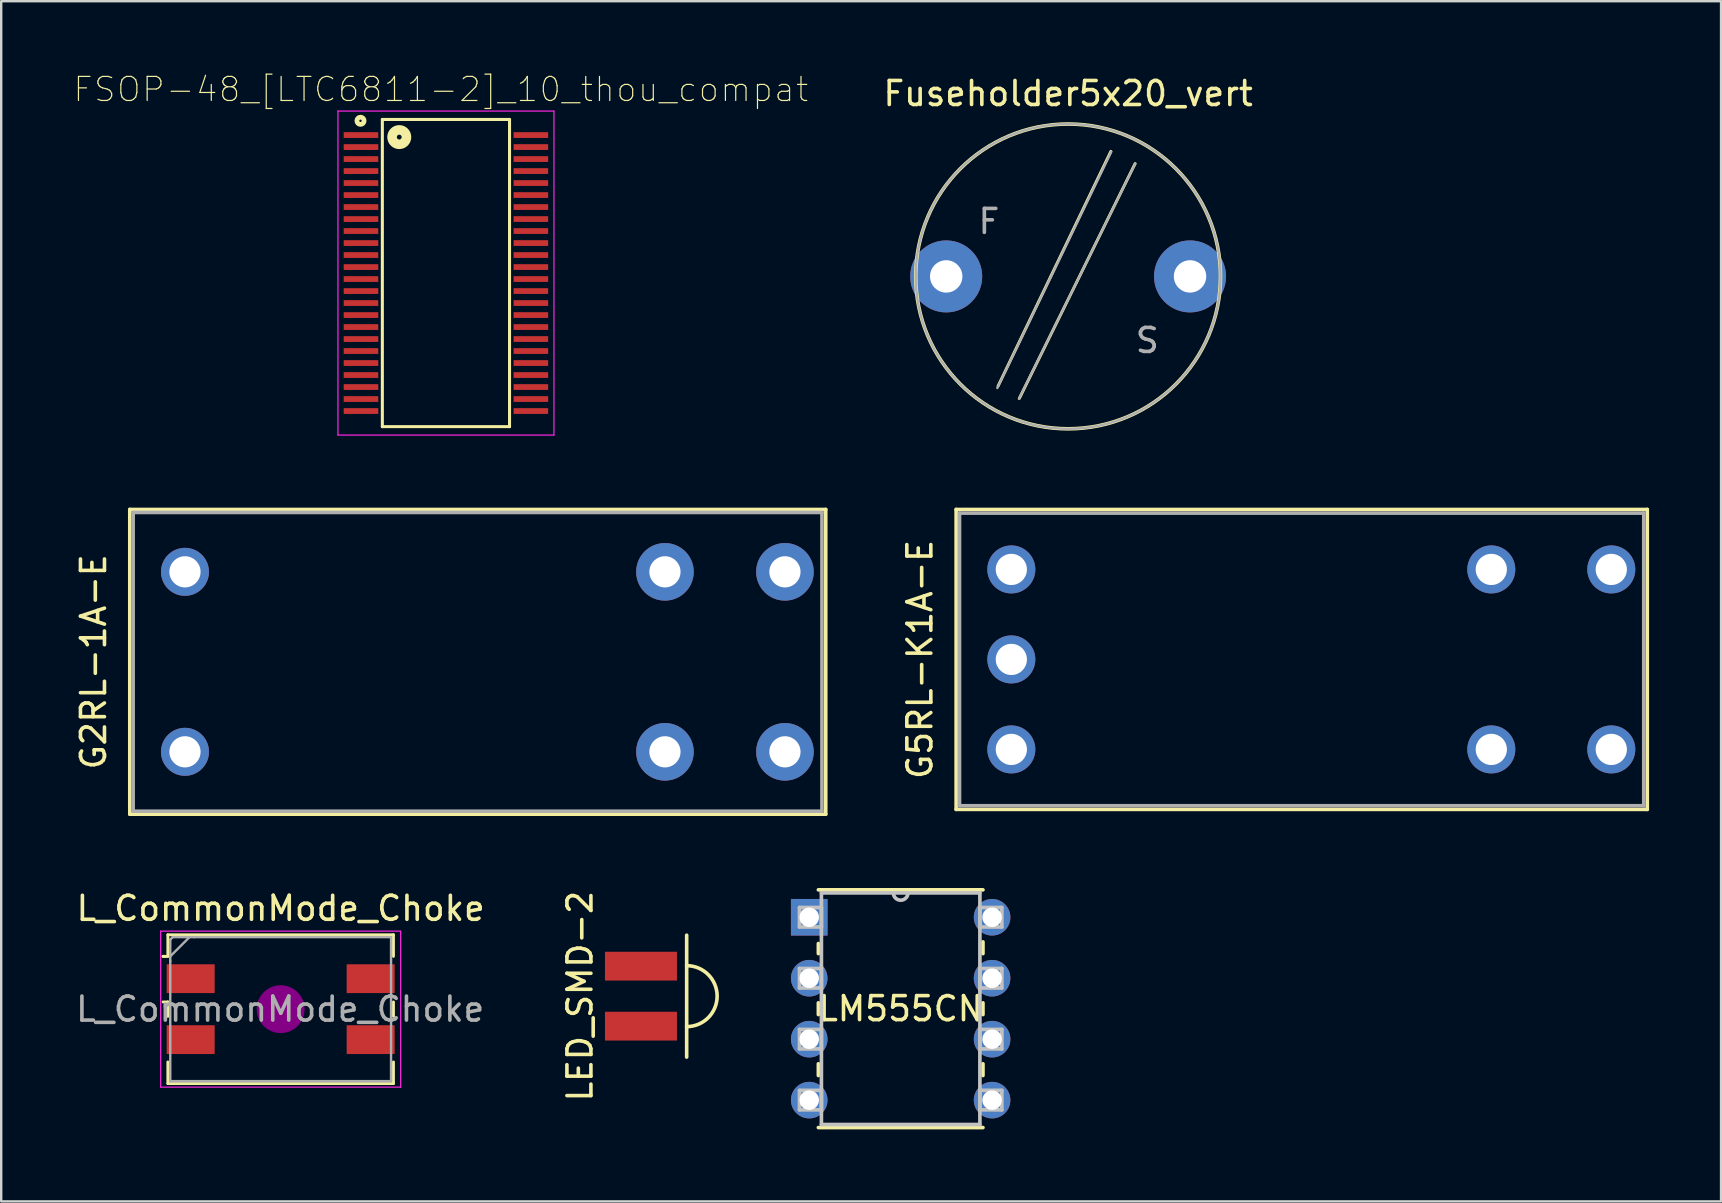
<source format=kicad_pcb>
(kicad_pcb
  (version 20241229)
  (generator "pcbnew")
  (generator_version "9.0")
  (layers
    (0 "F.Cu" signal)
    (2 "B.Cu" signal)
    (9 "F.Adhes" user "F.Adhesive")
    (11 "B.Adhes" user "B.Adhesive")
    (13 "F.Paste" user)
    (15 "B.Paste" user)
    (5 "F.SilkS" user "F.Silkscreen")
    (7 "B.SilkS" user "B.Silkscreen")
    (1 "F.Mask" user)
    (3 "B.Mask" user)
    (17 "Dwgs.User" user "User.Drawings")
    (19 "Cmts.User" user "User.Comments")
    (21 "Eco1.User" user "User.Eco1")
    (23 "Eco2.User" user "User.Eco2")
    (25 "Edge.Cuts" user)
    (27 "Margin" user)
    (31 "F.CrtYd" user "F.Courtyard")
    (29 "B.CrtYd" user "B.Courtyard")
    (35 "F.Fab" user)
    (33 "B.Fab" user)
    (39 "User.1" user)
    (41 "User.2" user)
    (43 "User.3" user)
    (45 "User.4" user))
  (footprint "L_CommonMode_Choke"
    (layer "F.Cu")
    (at 8.645 39.001)
    (property "Reference" "L_CommonMode_Choke" (at 0 -4.2 0) (layer "F.SilkS") (effects (font (size 1 1) (thickness 0.15))))
    (attr smd)
    (fp_line (start -4.9 -2.2) (end -4.8 -2.2) (stroke (width 0.12) (type solid)) (layer "F.SilkS"))
    (fp_line (start -4.9 -0.3) (end -4.7 -0.3) (stroke (width 0.12) (type solid)) (layer "F.SilkS"))
    (fp_line (start -4.7 -3.1) (end -4.7 -2.2) (stroke (width 0.12) (type solid)) (layer "F.SilkS"))
    (fp_line (start -4.7 -3.1) (end 4.7 -3.1) (stroke (width 0.12) (type solid)) (layer "F.SilkS"))
    (fp_line (start -4.7 -2.2) (end -4.9 -2.2) (stroke (width 0.12) (type solid)) (layer "F.SilkS"))
    (fp_line (start -4.7 -0.3) (end -4.7 0.3) (stroke (width 0.12) (type solid)) (layer "F.SilkS"))
    (fp_line (start -4.7 3.1) (end -4.7 2.2) (stroke (width 0.12) (type solid)) (layer "F.SilkS"))
    (fp_line (start 4.7 -3.1) (end 4.7 -2.2) (stroke (width 0.12) (type solid)) (layer "F.SilkS"))
    (fp_line (start 4.7 -0.3) (end 4.7 0.3) (stroke (width 0.12) (type solid)) (layer "F.SilkS"))
    (fp_line (start 4.7 3.1) (end -4.7 3.1) (stroke (width 0.12) (type solid)) (layer "F.SilkS"))
    (fp_line (start 4.7 3.1) (end 4.7 2.2) (stroke (width 0.12) (type solid)) (layer "F.SilkS"))
    (fp_circle (center 0 0) (end 0.5 0) (stroke (width 1) (type solid)) (fill no) (layer "F.Adhes"))
    (fp_line (start -5 -3.25) (end 5 -3.25) (stroke (width 0.05) (type solid)) (layer "F.CrtYd"))
    (fp_line (start -5 3.25) (end -5 -3.25) (stroke (width 0.05) (type solid)) (layer "F.CrtYd"))
    (fp_line (start 5 -3.25) (end 5 3.25) (stroke (width 0.05) (type solid)) (layer "F.CrtYd"))
    (fp_line (start 5 3.25) (end -5 3.25) (stroke (width 0.05) (type solid)) (layer "F.CrtYd"))
    (fp_line (start -4.6 -2.9) (end -4.5 -3) (stroke (width 0.1) (type solid)) (layer "F.Fab"))
    (fp_line (start -4.6 -2.2) (end -3.8 -3) (stroke (width 0.1) (type solid)) (layer "F.Fab"))
    (fp_line (start -4.6 -2) (end -4.6 -2.9) (stroke (width 0.1) (type solid)) (layer "F.Fab"))
    (fp_line (start -4.6 -2) (end -4.6 3) (stroke (width 0.1) (type solid)) (layer "F.Fab"))
    (fp_line (start -4.5 -3) (end -3.6 -3) (stroke (width 0.1) (type solid)) (layer "F.Fab"))
    (fp_line (start -3.6 -3) (end 4.6 -3) (stroke (width 0.1) (type solid)) (layer "F.Fab"))
    (fp_line (start 4.6 -3) (end 4.6 3) (stroke (width 0.1) (type solid)) (layer "F.Fab"))
    (fp_line (start 4.6 3) (end -4.6 3) (stroke (width 0.1) (type solid)) (layer "F.Fab"))
    (fp_text user "${REFERENCE}" (at -0.02 0 0) (layer "F.Fab") (effects (font (size 1 1) (thickness 0.15))))
    (pad "1" smd rect (at -3.75 -1.27) (size 2 1.2) (layers "F.Cu" "F.Mask" "F.Paste"))
    (pad "2" smd rect (at 3.75 -1.27) (size 2 1.2) (layers "F.Cu" "F.Mask" "F.Paste"))
    (pad "3" smd rect (at 3.75 1.27) (size 2 1.2) (layers "F.Cu" "F.Mask" "F.Paste"))
    (pad "4" smd rect (at -3.75 1.27) (size 2 1.2) (layers "F.Cu" "F.Mask" "F.Paste")))
  (footprint "Fuseholder5x20_vert"
    (layer "F.Cu")
    (at 36.378 8.468)
    (property "Reference" "Fuseholder5x20_vert" (at 5.08 -7.62 0) (layer "F.SilkS") (effects (font (size 1 1) (thickness 0.15))))
    (attr through_hole)
    (fp_line (start 6.86 -5.21) (end 2.16 4.57) (stroke (width 0.12) (type solid)) (layer "F.SilkS"))
    (fp_line (start 7.87 -4.7) (end 3.05 5.08) (stroke (width 0.12) (type solid)) (layer "F.SilkS"))
    (fp_circle (center 5.08 0) (end 11.43 0) (stroke (width 0.15) (type solid)) (fill no) (layer "F.SilkS"))
    (fp_line (start 3.03 5.1) (end 7.88 -4.7) (stroke (width 0.1) (type solid)) (layer "F.Fab"))
    (fp_line (start 6.88 -5.2) (end 2.13 4.65) (stroke (width 0.1) (type solid)) (layer "F.Fab"))
    (fp_circle (center 5.08 0) (end 11.43 0) (stroke (width 0.1) (type solid)) (fill no) (layer "F.Fab"))
    (fp_text user "F" (at 1.78 -2.29 0) (layer "F.Fab") (effects (font (size 1 1) (thickness 0.15))))
    (fp_text user "S" (at 8.38 2.67 0) (layer "F.Fab") (effects (font (size 1 1) (thickness 0.15))))
    (pad "1" thru_hole circle (at 0 0) (size 3 3) (drill 1.35) (layers "*.Cu" "*.Mask"))
    (pad "2" thru_hole circle (at 10.16 0) (size 3 3) (drill 1.35) (layers "*.Cu" "*.Mask")))
  (footprint "LM555CN"
    (layer "F.Cu")
    (at 38.29 42.792)
    (property "Reference" "LM555CN" (at -3.81 -3.81 0) (layer "F.SilkS") (effects (font (size 1 1) (thickness 0.15))))
    (attr through_hole)
    (fp_line (start -7.239 -6.525) (end -7.239 -6.106) (stroke (width 0.152) (type solid)) (layer "F.SilkS"))
    (fp_line (start -7.239 -4.054) (end -7.239 -3.566) (stroke (width 0.152) (type solid)) (layer "F.SilkS"))
    (fp_line (start -7.239 -1.514) (end -7.239 -1.026) (stroke (width 0.152) (type solid)) (layer "F.SilkS"))
    (fp_line (start -7.239 1.143) (end -0.381 1.143) (stroke (width 0.152) (type solid)) (layer "F.SilkS"))
    (fp_line (start -0.381 -8.763) (end -7.239 -8.763) (stroke (width 0.152) (type solid)) (layer "F.SilkS"))
    (fp_line (start -0.381 -6.106) (end -0.381 -6.594) (stroke (width 0.152) (type solid)) (layer "F.SilkS"))
    (fp_line (start -0.381 -3.566) (end -0.381 -4.054) (stroke (width 0.152) (type solid)) (layer "F.SilkS"))
    (fp_line (start -0.381 -1.026) (end -0.381 -1.514) (stroke (width 0.152) (type solid)) (layer "F.SilkS"))
    (fp_line (start -8.026 -8.026) (end -8.026 -7.214) (stroke (width 0.152) (type solid)) (layer "Dwgs.User"))
    (fp_line (start -8.026 -7.214) (end -7.112 -7.214) (stroke (width 0.152) (type solid)) (layer "Dwgs.User"))
    (fp_line (start -8.026 -5.486) (end -8.026 -4.674) (stroke (width 0.152) (type solid)) (layer "Dwgs.User"))
    (fp_line (start -8.026 -4.674) (end -7.112 -4.674) (stroke (width 0.152) (type solid)) (layer "Dwgs.User"))
    (fp_line (start -8.026 -2.946) (end -8.026 -2.134) (stroke (width 0.152) (type solid)) (layer "Dwgs.User"))
    (fp_line (start -8.026 -2.134) (end -7.112 -2.134) (stroke (width 0.152) (type solid)) (layer "Dwgs.User"))
    (fp_line (start -8.026 -0.406) (end -8.026 0.406) (stroke (width 0.152) (type solid)) (layer "Dwgs.User"))
    (fp_line (start -8.026 0.406) (end -7.112 0.406) (stroke (width 0.152) (type solid)) (layer "Dwgs.User"))
    (fp_line (start -7.112 -8.636) (end -7.112 1.016) (stroke (width 0.152) (type solid)) (layer "Dwgs.User"))
    (fp_line (start -7.112 -8.026) (end -8.026 -8.026) (stroke (width 0.152) (type solid)) (layer "Dwgs.User"))
    (fp_line (start -7.112 -7.214) (end -7.112 -8.026) (stroke (width 0.152) (type solid)) (layer "Dwgs.User"))
    (fp_line (start -7.112 -5.486) (end -8.026 -5.486) (stroke (width 0.152) (type solid)) (layer "Dwgs.User"))
    (fp_line (start -7.112 -4.674) (end -7.112 -5.486) (stroke (width 0.152) (type solid)) (layer "Dwgs.User"))
    (fp_line (start -7.112 -2.946) (end -8.026 -2.946) (stroke (width 0.152) (type solid)) (layer "Dwgs.User"))
    (fp_line (start -7.112 -2.134) (end -7.112 -2.946) (stroke (width 0.152) (type solid)) (layer "Dwgs.User"))
    (fp_line (start -7.112 -0.406) (end -8.026 -0.406) (stroke (width 0.152) (type solid)) (layer "Dwgs.User"))
    (fp_line (start -7.112 0.406) (end -7.112 -0.406) (stroke (width 0.152) (type solid)) (layer "Dwgs.User"))
    (fp_line (start -7.112 1.016) (end -0.508 1.016) (stroke (width 0.152) (type solid)) (layer "Dwgs.User"))
    (fp_line (start -0.508 -8.636) (end -7.112 -8.636) (stroke (width 0.152) (type solid)) (layer "Dwgs.User"))
    (fp_line (start -0.508 -8.026) (end -0.508 -7.214) (stroke (width 0.152) (type solid)) (layer "Dwgs.User"))
    (fp_line (start -0.508 -7.214) (end 0.406 -7.214) (stroke (width 0.152) (type solid)) (layer "Dwgs.User"))
    (fp_line (start -0.508 -5.486) (end -0.508 -4.674) (stroke (width 0.152) (type solid)) (layer "Dwgs.User"))
    (fp_line (start -0.508 -4.674) (end 0.406 -4.674) (stroke (width 0.152) (type solid)) (layer "Dwgs.User"))
    (fp_line (start -0.508 -2.946) (end -0.508 -2.134) (stroke (width 0.152) (type solid)) (layer "Dwgs.User"))
    (fp_line (start -0.508 -2.134) (end 0.406 -2.134) (stroke (width 0.152) (type solid)) (layer "Dwgs.User"))
    (fp_line (start -0.508 -0.406) (end -0.508 0.406) (stroke (width 0.152) (type solid)) (layer "Dwgs.User"))
    (fp_line (start -0.508 0.406) (end 0.406 0.406) (stroke (width 0.152) (type solid)) (layer "Dwgs.User"))
    (fp_line (start -0.508 1.016) (end -0.508 -8.636) (stroke (width 0.152) (type solid)) (layer "Dwgs.User"))
    (fp_line (start 0.406 -8.026) (end -0.508 -8.026) (stroke (width 0.152) (type solid)) (layer "Dwgs.User"))
    (fp_line (start 0.406 -7.214) (end 0.406 -8.026) (stroke (width 0.152) (type solid)) (layer "Dwgs.User"))
    (fp_line (start 0.406 -5.486) (end -0.508 -5.486) (stroke (width 0.152) (type solid)) (layer "Dwgs.User"))
    (fp_line (start 0.406 -4.674) (end 0.406 -5.486) (stroke (width 0.152) (type solid)) (layer "Dwgs.User"))
    (fp_line (start 0.406 -2.946) (end -0.508 -2.946) (stroke (width 0.152) (type solid)) (layer "Dwgs.User"))
    (fp_line (start 0.406 -2.134) (end 0.406 -2.946) (stroke (width 0.152) (type solid)) (layer "Dwgs.User"))
    (fp_line (start 0.406 -0.406) (end -0.508 -0.406) (stroke (width 0.152) (type solid)) (layer "Dwgs.User"))
    (fp_line (start 0.406 0.406) (end 0.406 -0.406) (stroke (width 0.152) (type solid)) (layer "Dwgs.User"))
    (fp_arc (start -3.5052 -8.636) (mid -3.81 -8.3312) (end -4.1148 -8.636) (stroke (width 0.1524) (type solid)) (layer "Dwgs.User"))
    (fp_text user "Copyright 2016 Accelerated Designs. All rights reserved." (at 0 0 0) (layer "Cmts.User") (effects (font (size 0.127 0.127) (thickness 0.002))))
    (pad "1" thru_hole rect (at -7.62 -7.62) (size 1.524 1.524) (drill 0.813) (layers "*.Cu" "*.Mask"))
    (pad "2" thru_hole circle (at -7.62 -5.08) (size 1.524 1.524) (drill 0.813) (layers "*.Cu" "*.Mask"))
    (pad "3" thru_hole circle (at -7.62 -2.54) (size 1.524 1.524) (drill 0.813) (layers "*.Cu" "*.Mask"))
    (pad "4" thru_hole circle (at -7.62 0) (size 1.524 1.524) (drill 0.813) (layers "*.Cu" "*.Mask"))
    (pad "5" thru_hole circle (at 0 0) (size 1.524 1.524) (drill 0.813) (layers "*.Cu" "*.Mask"))
    (pad "6" thru_hole circle (at 0 -2.54) (size 1.524 1.524) (drill 0.813) (layers "*.Cu" "*.Mask"))
    (pad "7" thru_hole circle (at 0 -5.08) (size 1.524 1.524) (drill 0.813) (layers "*.Cu" "*.Mask"))
    (pad "8" thru_hole circle (at 0 -7.62) (size 1.524 1.524) (drill 0.813) (layers "*.Cu" "*.Mask")))
  (footprint "FSOP-48_[LTC6811-2]_10_thou_compat"
    (layer "F.Cu")
    (at 15.532 8.328)
    (property "Reference" "FSOP-48_[LTC6811-2]_10_thou_compat" (at -0.211 -7.653 0) (layer "F.SilkS") (effects (font (size 1.002 1.002) (thickness 0.05))))
    (attr smd)
    (fp_line (start -2.65 -6.4) (end 2.65 -6.4) (stroke (width 0.127) (type solid)) (layer "F.SilkS"))
    (fp_line (start -2.65 6.4) (end -2.65 -6.4) (stroke (width 0.127) (type solid)) (layer "F.SilkS"))
    (fp_line (start -2.65 6.4) (end 2.65 6.4) (stroke (width 0.127) (type solid)) (layer "F.SilkS"))
    (fp_line (start 2.65 -6.4) (end 2.65 6.4) (stroke (width 0.127) (type solid)) (layer "F.SilkS"))
    (fp_circle (center -3.56 -6.345) (end -3.51 -6.345) (stroke (width 0.2) (type solid)) (fill no) (layer "F.SilkS"))
    (fp_circle (center -1.945 -5.665) (end -1.845 -5.665) (stroke (width 0.4) (type solid)) (fill no) (layer "F.SilkS"))
    (fp_line (start -2.65 -6.4) (end 2.65 -6.4) (stroke (width 0.127) (type solid)) (layer "Eco2.User"))
    (fp_line (start 2.65 6.4) (end -2.65 6.4) (stroke (width 0.127) (type solid)) (layer "Eco2.User"))
    (fp_line (start -4.5 -6.75) (end 4.5 -6.75) (stroke (width 0.05) (type solid)) (layer "F.CrtYd"))
    (fp_line (start -4.5 6.75) (end -4.5 -6.75) (stroke (width 0.05) (type solid)) (layer "F.CrtYd"))
    (fp_line (start 4.5 -6.75) (end 4.5 6.75) (stroke (width 0.05) (type solid)) (layer "F.CrtYd"))
    (fp_line (start 4.5 6.75) (end -4.5 6.75) (stroke (width 0.05) (type solid)) (layer "F.CrtYd"))
    (pad "1" smd rect (at -3.54 -5.75) (size 1.44 0.24) (layers "F.Cu" "F.Mask" "F.Paste"))
    (pad "2" smd rect (at -3.54 -5.25) (size 1.44 0.24) (layers "F.Cu" "F.Mask" "F.Paste"))
    (pad "3" smd rect (at -3.54 -4.75) (size 1.44 0.24) (layers "F.Cu" "F.Mask" "F.Paste"))
    (pad "4" smd rect (at -3.54 -4.25) (size 1.44 0.24) (layers "F.Cu" "F.Mask" "F.Paste"))
    (pad "5" smd rect (at -3.54 -3.75) (size 1.44 0.24) (layers "F.Cu" "F.Mask" "F.Paste"))
    (pad "6" smd rect (at -3.54 -3.25) (size 1.44 0.24) (layers "F.Cu" "F.Mask" "F.Paste"))
    (pad "7" smd rect (at -3.54 -2.75) (size 1.44 0.24) (layers "F.Cu" "F.Mask" "F.Paste"))
    (pad "8" smd rect (at -3.54 -2.25) (size 1.44 0.24) (layers "F.Cu" "F.Mask" "F.Paste"))
    (pad "9" smd rect (at -3.54 -1.75) (size 1.44 0.24) (layers "F.Cu" "F.Mask" "F.Paste"))
    (pad "10" smd rect (at -3.54 -1.25) (size 1.44 0.24) (layers "F.Cu" "F.Mask" "F.Paste"))
    (pad "11" smd rect (at -3.54 -0.75) (size 1.44 0.24) (layers "F.Cu" "F.Mask" "F.Paste"))
    (pad "12" smd rect (at -3.54 -0.25) (size 1.44 0.24) (layers "F.Cu" "F.Mask" "F.Paste"))
    (pad "13" smd rect (at -3.54 0.25) (size 1.44 0.24) (layers "F.Cu" "F.Mask" "F.Paste"))
    (pad "14" smd rect (at -3.54 0.75) (size 1.44 0.24) (layers "F.Cu" "F.Mask" "F.Paste"))
    (pad "15" smd rect (at -3.54 1.25) (size 1.44 0.24) (layers "F.Cu" "F.Mask" "F.Paste"))
    (pad "16" smd rect (at -3.54 1.75) (size 1.44 0.24) (layers "F.Cu" "F.Mask" "F.Paste"))
    (pad "17" smd rect (at -3.54 2.25) (size 1.44 0.24) (layers "F.Cu" "F.Mask" "F.Paste"))
    (pad "18" smd rect (at -3.54 2.75) (size 1.44 0.24) (layers "F.Cu" "F.Mask" "F.Paste"))
    (pad "19" smd rect (at -3.54 3.25) (size 1.44 0.24) (layers "F.Cu" "F.Mask" "F.Paste"))
    (pad "20" smd rect (at -3.54 3.75) (size 1.44 0.24) (layers "F.Cu" "F.Mask" "F.Paste"))
    (pad "21" smd rect (at -3.54 4.25) (size 1.44 0.24) (layers "F.Cu" "F.Mask" "F.Paste"))
    (pad "22" smd rect (at -3.54 4.75) (size 1.44 0.24) (layers "F.Cu" "F.Mask" "F.Paste"))
    (pad "23" smd rect (at -3.54 5.25) (size 1.44 0.24) (layers "F.Cu" "F.Mask" "F.Paste"))
    (pad "24" smd rect (at -3.54 5.75) (size 1.44 0.24) (layers "F.Cu" "F.Mask" "F.Paste"))
    (pad "25" smd rect (at 3.54 5.75) (size 1.44 0.24) (layers "F.Cu" "F.Mask" "F.Paste"))
    (pad "26" smd rect (at 3.54 5.25) (size 1.44 0.24) (layers "F.Cu" "F.Mask" "F.Paste"))
    (pad "27" smd rect (at 3.54 4.75) (size 1.44 0.24) (layers "F.Cu" "F.Mask" "F.Paste"))
    (pad "28" smd rect (at 3.54 4.25) (size 1.44 0.24) (layers "F.Cu" "F.Mask" "F.Paste"))
    (pad "29" smd rect (at 3.54 3.75) (size 1.44 0.24) (layers "F.Cu" "F.Mask" "F.Paste"))
    (pad "30" smd rect (at 3.54 3.25) (size 1.44 0.24) (layers "F.Cu" "F.Mask" "F.Paste"))
    (pad "31" smd rect (at 3.54 2.75) (size 1.44 0.24) (layers "F.Cu" "F.Mask" "F.Paste"))
    (pad "32" smd rect (at 3.54 2.25) (size 1.44 0.24) (layers "F.Cu" "F.Mask" "F.Paste"))
    (pad "33" smd rect (at 3.54 1.75) (size 1.44 0.24) (layers "F.Cu" "F.Mask" "F.Paste"))
    (pad "34" smd rect (at 3.54 1.25) (size 1.44 0.24) (layers "F.Cu" "F.Mask" "F.Paste"))
    (pad "35" smd rect (at 3.54 0.75) (size 1.44 0.24) (layers "F.Cu" "F.Mask" "F.Paste"))
    (pad "36" smd rect (at 3.54 0.25) (size 1.44 0.24) (layers "F.Cu" "F.Mask" "F.Paste"))
    (pad "37" smd rect (at 3.54 -0.25) (size 1.44 0.24) (layers "F.Cu" "F.Mask" "F.Paste"))
    (pad "38" smd rect (at 3.54 -0.75) (size 1.44 0.24) (layers "F.Cu" "F.Mask" "F.Paste"))
    (pad "39" smd rect (at 3.54 -1.25) (size 1.44 0.24) (layers "F.Cu" "F.Mask" "F.Paste"))
    (pad "40" smd rect (at 3.54 -1.75) (size 1.44 0.24) (layers "F.Cu" "F.Mask" "F.Paste"))
    (pad "41" smd rect (at 3.54 -2.25) (size 1.44 0.24) (layers "F.Cu" "F.Mask" "F.Paste"))
    (pad "42" smd rect (at 3.54 -2.75) (size 1.44 0.24) (layers "F.Cu" "F.Mask" "F.Paste"))
    (pad "43" smd rect (at 3.54 -3.25) (size 1.44 0.24) (layers "F.Cu" "F.Mask" "F.Paste"))
    (pad "44" smd rect (at 3.54 -3.75) (size 1.44 0.24) (layers "F.Cu" "F.Mask" "F.Paste"))
    (pad "45" smd rect (at 3.54 -4.25) (size 1.44 0.24) (layers "F.Cu" "F.Mask" "F.Paste"))
    (pad "46" smd rect (at 3.54 -4.75) (size 1.44 0.24) (layers "F.Cu" "F.Mask" "F.Paste"))
    (pad "47" smd rect (at 3.54 -5.25) (size 1.44 0.24) (layers "F.Cu" "F.Mask" "F.Paste"))
    (pad "48" smd rect (at 3.54 -5.75) (size 1.44 0.24) (layers "F.Cu" "F.Mask" "F.Paste")))
  (footprint "G5RL-K1A-E"
    (layer "F.Cu")
    (at 39.092 24.428)
    (property "Reference" "G5RL-K1A-E" (at -3.81 0 90) (layer "F.SilkS") (effects (font (size 1 1) (thickness 0.15))))
    (attr through_hole)
    (fp_line (start -2.3 -6.25) (end 26.5 -6.25) (stroke (width 0.15) (type solid)) (layer "F.SilkS"))
    (fp_line (start -2.3 6.25) (end -2.3 -6.25) (stroke (width 0.15) (type solid)) (layer "F.SilkS"))
    (fp_line (start 26.5 -6.25) (end 26.5 6.25) (stroke (width 0.15) (type solid)) (layer "F.SilkS"))
    (fp_line (start 26.5 6.25) (end -2.3 6.25) (stroke (width 0.15) (type solid)) (layer "F.SilkS"))
    (fp_line (start -2.159 -6.096) (end 26.352 -6.096) (stroke (width 0.15) (type solid)) (layer "F.Fab"))
    (fp_line (start -2.159 6.096) (end -2.159 -6.096) (stroke (width 0.15) (type solid)) (layer "F.Fab"))
    (fp_line (start 26.352 -6.096) (end 26.352 6.096) (stroke (width 0.15) (type solid)) (layer "F.Fab"))
    (fp_line (start 26.352 6.096) (end -2.159 6.096) (stroke (width 0.15) (type solid)) (layer "F.Fab"))
    (pad "1" thru_hole circle (at 0 -3.75) (size 2 2) (drill 1.3) (layers "*.Cu" "*.Mask"))
    (pad "3" thru_hole circle (at 20 -3.75) (size 2 2) (drill 1.3) (layers "*.Cu" "*.Mask"))
    (pad "4" thru_hole circle (at 25 -3.75) (size 2 2) (drill 1.3) (layers "*.Cu" "*.Mask"))
    (pad "5" thru_hole circle (at 25 3.75) (size 2 2) (drill 1.3) (layers "*.Cu" "*.Mask"))
    (pad "6" thru_hole circle (at 20 3.75) (size 2 2) (drill 1.3) (layers "*.Cu" "*.Mask"))
    (pad "8" thru_hole circle (at 0 3.75) (size 2 2) (drill 1.3) (layers "*.Cu" "*.Mask"))
    (pad "9" thru_hole circle (at 0 0) (size 2 2) (drill 1.3) (layers "*.Cu" "*.Mask")))
  (footprint "LED_SMD-2"
    (layer "F.Cu")
    (at 23.658 38.459)
    (property "Reference" "LED_SMD-2" (at -2.54 0 270) (layer "F.SilkS") (effects (font (size 1 1) (thickness 0.15))))
    (attr through_hole)
    (fp_line (start 1.905 -2.54) (end 1.905 2.54) (stroke (width 0.15) (type solid)) (layer "F.SilkS"))
    (fp_arc (start 1.905 -1.27) (mid 3.175 0) (end 1.905 1.27) (stroke (width 0.15) (type solid)) (layer "F.SilkS"))
    (pad "1" smd rect (at 0 1.25) (size 3 1.2) (layers "F.Cu" "F.Mask" "F.Paste"))
    (pad "2" smd rect (at 0 -1.25) (size 3 1.2) (layers "F.Cu" "F.Mask" "F.Paste")))
  (footprint "G2RL-1A-E"
    (layer "F.Cu")
    (at 4.658 24.528)
    (property "Reference" "G2RL-1A-E" (at -3.81 0 270) (layer "F.SilkS") (effects (font (size 1 1) (thickness 0.15))))
    (attr through_hole)
    (fp_line (start -2.3 -6.35) (end 26.7 -6.35) (stroke (width 0.15) (type solid)) (layer "F.SilkS"))
    (fp_line (start -2.3 6.35) (end -2.3 -6.35) (stroke (width 0.15) (type solid)) (layer "F.SilkS"))
    (fp_line (start 26.7 -6.35) (end 26.7 6.35) (stroke (width 0.15) (type solid)) (layer "F.SilkS"))
    (fp_line (start 26.7 6.35) (end -2.3 6.35) (stroke (width 0.15) (type solid)) (layer "F.SilkS"))
    (fp_line (start -2.159 -6.223) (end 26.543 -6.223) (stroke (width 0.15) (type solid)) (layer "F.Fab"))
    (fp_line (start -2.159 6.223) (end -2.159 -6.223) (stroke (width 0.15) (type solid)) (layer "F.Fab"))
    (fp_line (start 26.543 -6.223) (end 26.543 6.223) (stroke (width 0.15) (type solid)) (layer "F.Fab"))
    (fp_line (start 26.543 6.223) (end -2.159 6.223) (stroke (width 0.15) (type solid)) (layer "F.Fab"))
    (pad "1" thru_hole circle (at 0 -3.75) (size 2 2) (drill 1.3) (layers "*.Cu" "*.Mask"))
    (pad "3" thru_hole circle (at 20 -3.75) (size 2.4 2.4) (drill 1.3) (layers "*.Cu" "*.Mask"))
    (pad "4" thru_hole circle (at 25 -3.75) (size 2.4 2.4) (drill 1.3) (layers "*.Cu" "*.Mask"))
    (pad "5" thru_hole circle (at 25 3.75) (size 2.4 2.4) (drill 1.3) (layers "*.Cu" "*.Mask"))
    (pad "6" thru_hole circle (at 20 3.75) (size 2.4 2.4) (drill 1.3) (layers "*.Cu" "*.Mask"))
    (pad "8" thru_hole circle (at 0 3.75) (size 2 2) (drill 1.3) (layers "*.Cu" "*.Mask")))
  (gr_rect
    (start -3 -3)
    (end 68.666 47.011)
    (stroke (width 0.1) (type default))
    (fill no)
    (layer "Edge.Cuts")))
</source>
